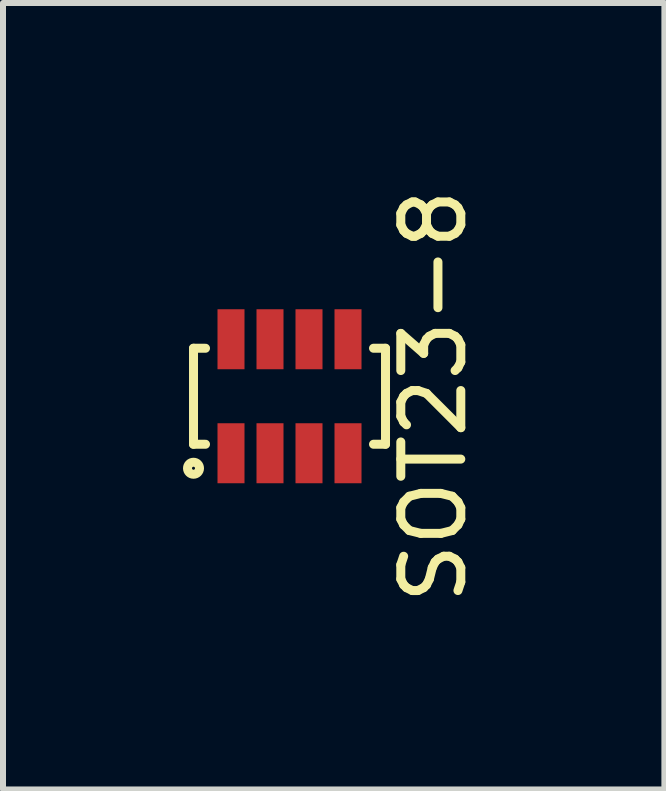
<source format=kicad_pcb>
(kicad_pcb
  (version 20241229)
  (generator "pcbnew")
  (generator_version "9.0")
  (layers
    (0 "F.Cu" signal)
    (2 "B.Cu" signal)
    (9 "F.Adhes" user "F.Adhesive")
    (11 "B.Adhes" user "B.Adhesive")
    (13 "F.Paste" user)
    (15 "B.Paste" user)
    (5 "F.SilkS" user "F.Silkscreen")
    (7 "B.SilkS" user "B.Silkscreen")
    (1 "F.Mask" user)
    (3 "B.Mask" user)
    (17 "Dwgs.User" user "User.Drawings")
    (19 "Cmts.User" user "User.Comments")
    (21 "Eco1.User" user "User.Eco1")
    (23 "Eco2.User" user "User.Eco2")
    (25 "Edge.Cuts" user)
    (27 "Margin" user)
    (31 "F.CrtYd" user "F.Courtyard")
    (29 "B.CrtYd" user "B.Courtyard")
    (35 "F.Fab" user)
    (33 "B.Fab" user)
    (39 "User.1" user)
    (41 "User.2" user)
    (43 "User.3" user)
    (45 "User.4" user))
  (footprint "SOT23-8"
    (layer "F.Cu")
    (at 1.775 3.554)
    (property "Reference" "SOT23-8" (at 2.4 0 90) (layer "F.SilkS") (effects (font (size 1 1) (thickness 0.15))))
    (attr through_hole)
    (fp_line (start -1.6 -0.8) (end -1.6 0.8) (stroke (width 0.15) (type solid)) (layer "F.SilkS"))
    (fp_line (start -1.6 0.8) (end -1.4 0.8) (stroke (width 0.15) (type solid)) (layer "F.SilkS"))
    (fp_line (start -1.4 -0.8) (end -1.6 -0.8) (stroke (width 0.15) (type solid)) (layer "F.SilkS"))
    (fp_line (start 1.4 -0.8) (end 1.6 -0.8) (stroke (width 0.15) (type solid)) (layer "F.SilkS"))
    (fp_line (start 1.6 -0.8) (end 1.6 0.8) (stroke (width 0.15) (type solid)) (layer "F.SilkS"))
    (fp_line (start 1.6 0.8) (end 1.4 0.8) (stroke (width 0.15) (type solid)) (layer "F.SilkS"))
    (fp_circle (center -1.6 1.2) (end -1.5 1.2) (stroke (width 0.15) (type solid)) (fill no) (layer "F.SilkS"))
    (pad "1" smd rect (at -0.975 0.95) (size 0.45 1) (layers "F.Cu" "F.Mask" "F.Paste"))
    (pad "2" smd rect (at -0.325 0.95) (size 0.45 1) (layers "F.Cu" "F.Mask" "F.Paste"))
    (pad "3" smd rect (at 0.325 0.95) (size 0.45 1) (layers "F.Cu" "F.Mask" "F.Paste"))
    (pad "4" smd rect (at 0.975 0.95) (size 0.45 1) (layers "F.Cu" "F.Mask" "F.Paste"))
    (pad "5" smd rect (at 0.975 -0.95) (size 0.45 1) (layers "F.Cu" "F.Mask" "F.Paste"))
    (pad "6" smd rect (at 0.325 -0.95) (size 0.45 1) (layers "F.Cu" "F.Mask" "F.Paste"))
    (pad "7" smd rect (at -0.325 -0.95) (size 0.45 1) (layers "F.Cu" "F.Mask" "F.Paste"))
    (pad "8" smd rect (at -0.975 -0.95) (size 0.45 1) (layers "F.Cu" "F.Mask" "F.Paste")))
  (gr_rect
    (start -3 -3)
    (end 8.023 10.107)
    (stroke (width 0.1) (type default))
    (fill no)
    (layer "Edge.Cuts")))
</source>
